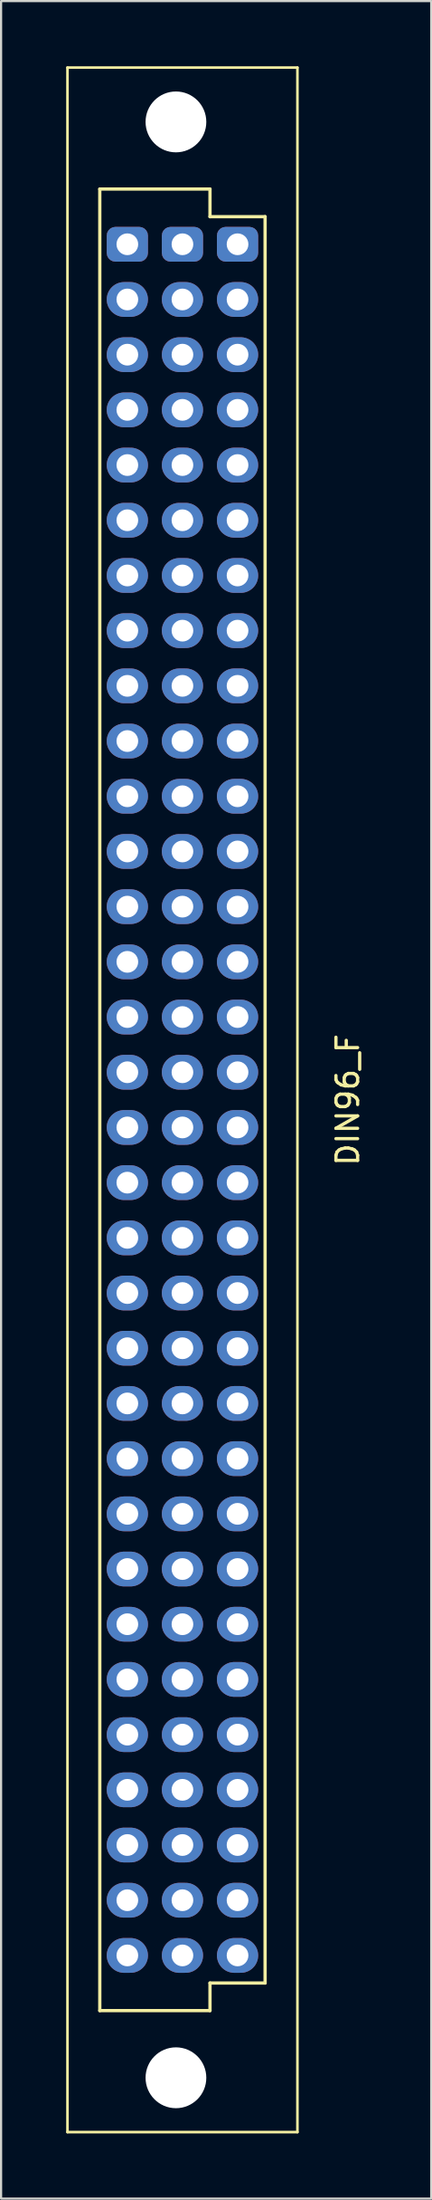
<source format=kicad_pcb>
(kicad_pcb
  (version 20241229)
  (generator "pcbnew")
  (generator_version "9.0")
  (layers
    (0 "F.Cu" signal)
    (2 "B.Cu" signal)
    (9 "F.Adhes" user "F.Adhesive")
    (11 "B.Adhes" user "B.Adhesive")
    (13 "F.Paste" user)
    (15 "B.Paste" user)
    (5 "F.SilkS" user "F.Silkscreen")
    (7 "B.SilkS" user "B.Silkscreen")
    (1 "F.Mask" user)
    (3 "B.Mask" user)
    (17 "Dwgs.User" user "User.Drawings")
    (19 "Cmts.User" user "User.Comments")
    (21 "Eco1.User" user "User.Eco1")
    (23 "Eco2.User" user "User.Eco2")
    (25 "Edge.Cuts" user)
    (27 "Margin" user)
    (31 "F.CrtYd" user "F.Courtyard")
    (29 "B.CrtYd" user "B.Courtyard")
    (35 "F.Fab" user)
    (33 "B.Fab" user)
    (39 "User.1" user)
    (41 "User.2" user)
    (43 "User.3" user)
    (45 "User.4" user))
  (footprint "DIN96_F"
    (layer "F.Cu")
    (at 5.36 47.56)
    (property "Reference" "DIN96_F" (at 7.62 0 90) (layer "F.SilkS") (effects (font (size 1 1) (thickness 0.15))))
    (attr through_hole)
    (fp_line (start -5.3 -47.5) (end -5.3 47.5) (stroke (width 0.12) (type solid)) (layer "F.SilkS"))
    (fp_line (start -5.3 -47.5) (end 5.3 -47.5) (stroke (width 0.12) (type solid)) (layer "F.SilkS"))
    (fp_line (start -5.3 47.5) (end 5.3 47.5) (stroke (width 0.12) (type solid)) (layer "F.SilkS"))
    (fp_line (start -3.81 -41.91) (end 1.27 -41.91) (stroke (width 0.15) (type solid)) (layer "F.SilkS"))
    (fp_line (start -3.81 41.91) (end -3.81 -41.91) (stroke (width 0.15) (type solid)) (layer "F.SilkS"))
    (fp_line (start 1.27 -41.91) (end 1.27 -40.64) (stroke (width 0.15) (type solid)) (layer "F.SilkS"))
    (fp_line (start 1.27 -40.64) (end 3.81 -40.64) (stroke (width 0.15) (type solid)) (layer "F.SilkS"))
    (fp_line (start 1.27 40.64) (end 1.27 41.91) (stroke (width 0.15) (type solid)) (layer "F.SilkS"))
    (fp_line (start 1.27 41.91) (end -3.81 41.91) (stroke (width 0.15) (type solid)) (layer "F.SilkS"))
    (fp_line (start 3.81 -40.64) (end 3.81 40.64) (stroke (width 0.15) (type solid)) (layer "F.SilkS"))
    (fp_line (start 3.81 40.64) (end 1.27 40.64) (stroke (width 0.15) (type solid)) (layer "F.SilkS"))
    (fp_line (start 5.3 -47.5) (end 5.3 47.5) (stroke (width 0.12) (type solid)) (layer "F.SilkS"))
    (pad "" np_thru_hole circle (at -0.3 -45) (size 2.8 2.8) (drill 2.8) (layers "*.Cu" "*.Mask"))
    (pad "" np_thru_hole circle (at -0.3 45) (size 2.8 2.8) (drill 2.8) (layers "*.Cu" "*.Mask"))
    (pad "1A" thru_hole roundrect (at -2.54 -39.37) (size 1.9 1.6) (drill 1) (layers "*.Cu" "*.Mask") (roundrect_rratio 0.25))
    (pad "1B" thru_hole roundrect (at 0 -39.37) (size 1.9 1.6) (drill 1) (layers "*.Cu" "*.Mask") (roundrect_rratio 0.25))
    (pad "1C" thru_hole roundrect (at 2.54 -39.37) (size 1.9 1.6) (drill 1) (layers "*.Cu" "*.Mask") (roundrect_rratio 0.25))
    (pad "2A" thru_hole oval (at -2.54 -36.83) (size 1.9 1.6) (drill 1) (layers "*.Cu" "*.Mask"))
    (pad "2B" thru_hole oval (at 0 -36.83) (size 1.9 1.6) (drill 1) (layers "*.Cu" "*.Mask"))
    (pad "2C" thru_hole oval (at 2.54 -36.83) (size 1.9 1.6) (drill 1) (layers "*.Cu" "*.Mask"))
    (pad "3A" thru_hole oval (at -2.54 -34.29) (size 1.9 1.6) (drill 1) (layers "*.Cu" "*.Mask"))
    (pad "3B" thru_hole oval (at 0 -34.29) (size 1.9 1.6) (drill 1) (layers "*.Cu" "*.Mask"))
    (pad "3C" thru_hole oval (at 2.54 -34.29) (size 1.9 1.6) (drill 1) (layers "*.Cu" "*.Mask"))
    (pad "4A" thru_hole oval (at -2.54 -31.75) (size 1.9 1.6) (drill 1) (layers "*.Cu" "*.Mask"))
    (pad "4B" thru_hole oval (at 0 -31.75) (size 1.9 1.6) (drill 1) (layers "*.Cu" "*.Mask"))
    (pad "4C" thru_hole oval (at 2.54 -31.75) (size 1.9 1.6) (drill 1) (layers "*.Cu" "*.Mask"))
    (pad "5A" thru_hole oval (at -2.54 -29.21) (size 1.9 1.6) (drill 1) (layers "*.Cu" "*.Mask"))
    (pad "5B" thru_hole oval (at 0 -29.21) (size 1.9 1.6) (drill 1) (layers "*.Cu" "*.Mask"))
    (pad "5C" thru_hole oval (at 2.54 -29.21) (size 1.9 1.6) (drill 1) (layers "*.Cu" "*.Mask"))
    (pad "6A" thru_hole oval (at -2.54 -26.67) (size 1.9 1.6) (drill 1) (layers "*.Cu" "*.Mask"))
    (pad "6B" thru_hole oval (at 0 -26.67) (size 1.9 1.6) (drill 1) (layers "*.Cu" "*.Mask"))
    (pad "6C" thru_hole oval (at 2.54 -26.67) (size 1.9 1.6) (drill 1) (layers "*.Cu" "*.Mask"))
    (pad "7A" thru_hole oval (at -2.54 -24.13) (size 1.9 1.6) (drill 1) (layers "*.Cu" "*.Mask"))
    (pad "7B" thru_hole oval (at 0 -24.13) (size 1.9 1.6) (drill 1) (layers "*.Cu" "*.Mask"))
    (pad "7C" thru_hole oval (at 2.54 -24.13) (size 1.9 1.6) (drill 1) (layers "*.Cu" "*.Mask"))
    (pad "8A" thru_hole oval (at -2.54 -21.59) (size 1.9 1.6) (drill 1) (layers "*.Cu" "*.Mask"))
    (pad "8B" thru_hole oval (at 0 -21.59) (size 1.9 1.6) (drill 1) (layers "*.Cu" "*.Mask"))
    (pad "8C" thru_hole oval (at 2.54 -21.59) (size 1.9 1.6) (drill 1) (layers "*.Cu" "*.Mask"))
    (pad "9A" thru_hole oval (at -2.54 -19.05) (size 1.9 1.6) (drill 1) (layers "*.Cu" "*.Mask"))
    (pad "9B" thru_hole oval (at 0 -19.05) (size 1.9 1.6) (drill 1) (layers "*.Cu" "*.Mask"))
    (pad "9C" thru_hole oval (at 2.54 -19.05) (size 1.9 1.6) (drill 1) (layers "*.Cu" "*.Mask"))
    (pad "10A" thru_hole oval (at -2.54 -16.51) (size 1.9 1.6) (drill 1) (layers "*.Cu" "*.Mask"))
    (pad "10B" thru_hole oval (at 0 -16.51) (size 1.9 1.6) (drill 1) (layers "*.Cu" "*.Mask"))
    (pad "10C" thru_hole oval (at 2.54 -16.51) (size 1.9 1.6) (drill 1) (layers "*.Cu" "*.Mask"))
    (pad "11A" thru_hole oval (at -2.54 -13.97) (size 1.9 1.6) (drill 1) (layers "*.Cu" "*.Mask"))
    (pad "11B" thru_hole oval (at 0 -13.97) (size 1.9 1.6) (drill 1) (layers "*.Cu" "*.Mask"))
    (pad "11C" thru_hole oval (at 2.54 -13.97) (size 1.9 1.6) (drill 1) (layers "*.Cu" "*.Mask"))
    (pad "12A" thru_hole oval (at -2.54 -11.43) (size 1.9 1.6) (drill 1) (layers "*.Cu" "*.Mask"))
    (pad "12B" thru_hole oval (at 0 -11.43) (size 1.9 1.6) (drill 1) (layers "*.Cu" "*.Mask"))
    (pad "12C" thru_hole oval (at 2.54 -11.43) (size 1.9 1.6) (drill 1) (layers "*.Cu" "*.Mask"))
    (pad "13A" thru_hole oval (at -2.54 -8.89) (size 1.9 1.6) (drill 1) (layers "*.Cu" "*.Mask"))
    (pad "13B" thru_hole oval (at 0 -8.89) (size 1.9 1.6) (drill 1) (layers "*.Cu" "*.Mask"))
    (pad "13C" thru_hole oval (at 2.54 -8.89) (size 1.9 1.6) (drill 1) (layers "*.Cu" "*.Mask"))
    (pad "14A" thru_hole oval (at -2.54 -6.35) (size 1.9 1.6) (drill 1) (layers "*.Cu" "*.Mask"))
    (pad "14B" thru_hole oval (at 0 -6.35) (size 1.9 1.6) (drill 1) (layers "*.Cu" "*.Mask"))
    (pad "14C" thru_hole oval (at 2.54 -6.35) (size 1.9 1.6) (drill 1) (layers "*.Cu" "*.Mask"))
    (pad "15A" thru_hole oval (at -2.54 -3.81) (size 1.9 1.6) (drill 1) (layers "*.Cu" "*.Mask"))
    (pad "15B" thru_hole oval (at 0 -3.81) (size 1.9 1.6) (drill 1) (layers "*.Cu" "*.Mask"))
    (pad "15C" thru_hole oval (at 2.54 -3.81) (size 1.9 1.6) (drill 1) (layers "*.Cu" "*.Mask"))
    (pad "16A" thru_hole oval (at -2.54 -1.27) (size 1.9 1.6) (drill 1) (layers "*.Cu" "*.Mask"))
    (pad "16B" thru_hole oval (at 0 -1.27) (size 1.9 1.6) (drill 1) (layers "*.Cu" "*.Mask"))
    (pad "16C" thru_hole oval (at 2.54 -1.27) (size 1.9 1.6) (drill 1) (layers "*.Cu" "*.Mask"))
    (pad "17A" thru_hole oval (at -2.54 1.27) (size 1.9 1.6) (drill 1) (layers "*.Cu" "*.Mask"))
    (pad "17B" thru_hole oval (at 0 1.27) (size 1.9 1.6) (drill 1) (layers "*.Cu" "*.Mask"))
    (pad "17C" thru_hole oval (at 2.54 1.27) (size 1.9 1.6) (drill 1) (layers "*.Cu" "*.Mask"))
    (pad "18A" thru_hole oval (at -2.54 3.81) (size 1.9 1.6) (drill 1) (layers "*.Cu" "*.Mask"))
    (pad "18B" thru_hole oval (at 0 3.81) (size 1.9 1.6) (drill 1) (layers "*.Cu" "*.Mask"))
    (pad "18C" thru_hole oval (at 2.54 3.81) (size 1.9 1.6) (drill 1) (layers "*.Cu" "*.Mask"))
    (pad "19A" thru_hole oval (at -2.54 6.35) (size 1.9 1.6) (drill 1) (layers "*.Cu" "*.Mask"))
    (pad "19B" thru_hole oval (at 0 6.35) (size 1.9 1.6) (drill 1) (layers "*.Cu" "*.Mask"))
    (pad "19C" thru_hole oval (at 2.54 6.35) (size 1.9 1.6) (drill 1) (layers "*.Cu" "*.Mask"))
    (pad "20A" thru_hole oval (at -2.54 8.89) (size 1.9 1.6) (drill 1) (layers "*.Cu" "*.Mask"))
    (pad "20B" thru_hole oval (at 0 8.89) (size 1.9 1.6) (drill 1) (layers "*.Cu" "*.Mask"))
    (pad "20C" thru_hole oval (at 2.54 8.89) (size 1.9 1.6) (drill 1) (layers "*.Cu" "*.Mask"))
    (pad "21A" thru_hole oval (at -2.54 11.43) (size 1.9 1.6) (drill 1) (layers "*.Cu" "*.Mask"))
    (pad "21B" thru_hole oval (at 0 11.43) (size 1.9 1.6) (drill 1) (layers "*.Cu" "*.Mask"))
    (pad "21C" thru_hole oval (at 2.54 11.43) (size 1.9 1.6) (drill 1) (layers "*.Cu" "*.Mask"))
    (pad "22A" thru_hole oval (at -2.54 13.97) (size 1.9 1.6) (drill 1) (layers "*.Cu" "*.Mask"))
    (pad "22B" thru_hole oval (at 0 13.97) (size 1.9 1.6) (drill 1) (layers "*.Cu" "*.Mask"))
    (pad "22C" thru_hole oval (at 2.54 13.97) (size 1.9 1.6) (drill 1) (layers "*.Cu" "*.Mask"))
    (pad "23A" thru_hole oval (at -2.54 16.51) (size 1.9 1.6) (drill 1) (layers "*.Cu" "*.Mask"))
    (pad "23B" thru_hole oval (at 0 16.51) (size 1.9 1.6) (drill 1) (layers "*.Cu" "*.Mask"))
    (pad "23C" thru_hole oval (at 2.54 16.51) (size 1.9 1.6) (drill 1) (layers "*.Cu" "*.Mask"))
    (pad "24A" thru_hole oval (at -2.54 19.05) (size 1.9 1.6) (drill 1) (layers "*.Cu" "*.Mask"))
    (pad "24B" thru_hole oval (at 0 19.05) (size 1.9 1.6) (drill 1) (layers "*.Cu" "*.Mask"))
    (pad "24C" thru_hole oval (at 2.54 19.05) (size 1.9 1.6) (drill 1) (layers "*.Cu" "*.Mask"))
    (pad "25A" thru_hole oval (at -2.54 21.59) (size 1.9 1.6) (drill 1) (layers "*.Cu" "*.Mask"))
    (pad "25B" thru_hole oval (at 0 21.59) (size 1.9 1.6) (drill 1) (layers "*.Cu" "*.Mask"))
    (pad "25C" thru_hole oval (at 2.54 21.59) (size 1.9 1.6) (drill 1) (layers "*.Cu" "*.Mask"))
    (pad "26A" thru_hole oval (at -2.54 24.13) (size 1.9 1.6) (drill 1) (layers "*.Cu" "*.Mask"))
    (pad "26B" thru_hole oval (at 0 24.13) (size 1.9 1.6) (drill 1) (layers "*.Cu" "*.Mask"))
    (pad "26C" thru_hole oval (at 2.54 24.13) (size 1.9 1.6) (drill 1) (layers "*.Cu" "*.Mask"))
    (pad "27A" thru_hole oval (at -2.54 26.67) (size 1.9 1.6) (drill 1) (layers "*.Cu" "*.Mask"))
    (pad "27B" thru_hole oval (at 0 26.67) (size 1.9 1.6) (drill 1) (layers "*.Cu" "*.Mask"))
    (pad "27C" thru_hole oval (at 2.54 26.67) (size 1.9 1.6) (drill 1) (layers "*.Cu" "*.Mask"))
    (pad "28A" thru_hole oval (at -2.54 29.21) (size 1.9 1.6) (drill 1) (layers "*.Cu" "*.Mask"))
    (pad "28B" thru_hole oval (at 0 29.21) (size 1.9 1.6) (drill 1) (layers "*.Cu" "*.Mask"))
    (pad "28C" thru_hole oval (at 2.54 29.21) (size 1.9 1.6) (drill 1) (layers "*.Cu" "*.Mask"))
    (pad "29A" thru_hole oval (at -2.54 31.75) (size 1.9 1.6) (drill 1) (layers "*.Cu" "*.Mask"))
    (pad "29B" thru_hole oval (at 0 31.75) (size 1.9 1.6) (drill 1) (layers "*.Cu" "*.Mask"))
    (pad "29C" thru_hole oval (at 2.54 31.75) (size 1.9 1.6) (drill 1) (layers "*.Cu" "*.Mask"))
    (pad "30A" thru_hole oval (at -2.54 34.29) (size 1.9 1.6) (drill 1) (layers "*.Cu" "*.Mask"))
    (pad "30B" thru_hole oval (at 0 34.29) (size 1.9 1.6) (drill 1) (layers "*.Cu" "*.Mask"))
    (pad "30C" thru_hole oval (at 2.54 34.29) (size 1.9 1.6) (drill 1) (layers "*.Cu" "*.Mask"))
    (pad "31A" thru_hole oval (at -2.54 36.83) (size 1.9 1.6) (drill 1) (layers "*.Cu" "*.Mask"))
    (pad "31B" thru_hole oval (at 0 36.83) (size 1.9 1.6) (drill 1) (layers "*.Cu" "*.Mask"))
    (pad "31C" thru_hole oval (at 2.54 36.83) (size 1.9 1.6) (drill 1) (layers "*.Cu" "*.Mask"))
    (pad "32A" thru_hole oval (at -2.54 39.37) (size 1.9 1.6) (drill 1) (layers "*.Cu" "*.Mask"))
    (pad "32B" thru_hole oval (at 0 39.37) (size 1.9 1.6) (drill 1) (layers "*.Cu" "*.Mask"))
    (pad "32C" thru_hole oval (at 2.54 39.37) (size 1.9 1.6) (drill 1) (layers "*.Cu" "*.Mask")))
  (gr_rect
    (start -3 -3)
    (end 16.828 98.12)
    (stroke (width 0.1) (type default))
    (fill no)
    (layer "Edge.Cuts")))
</source>
